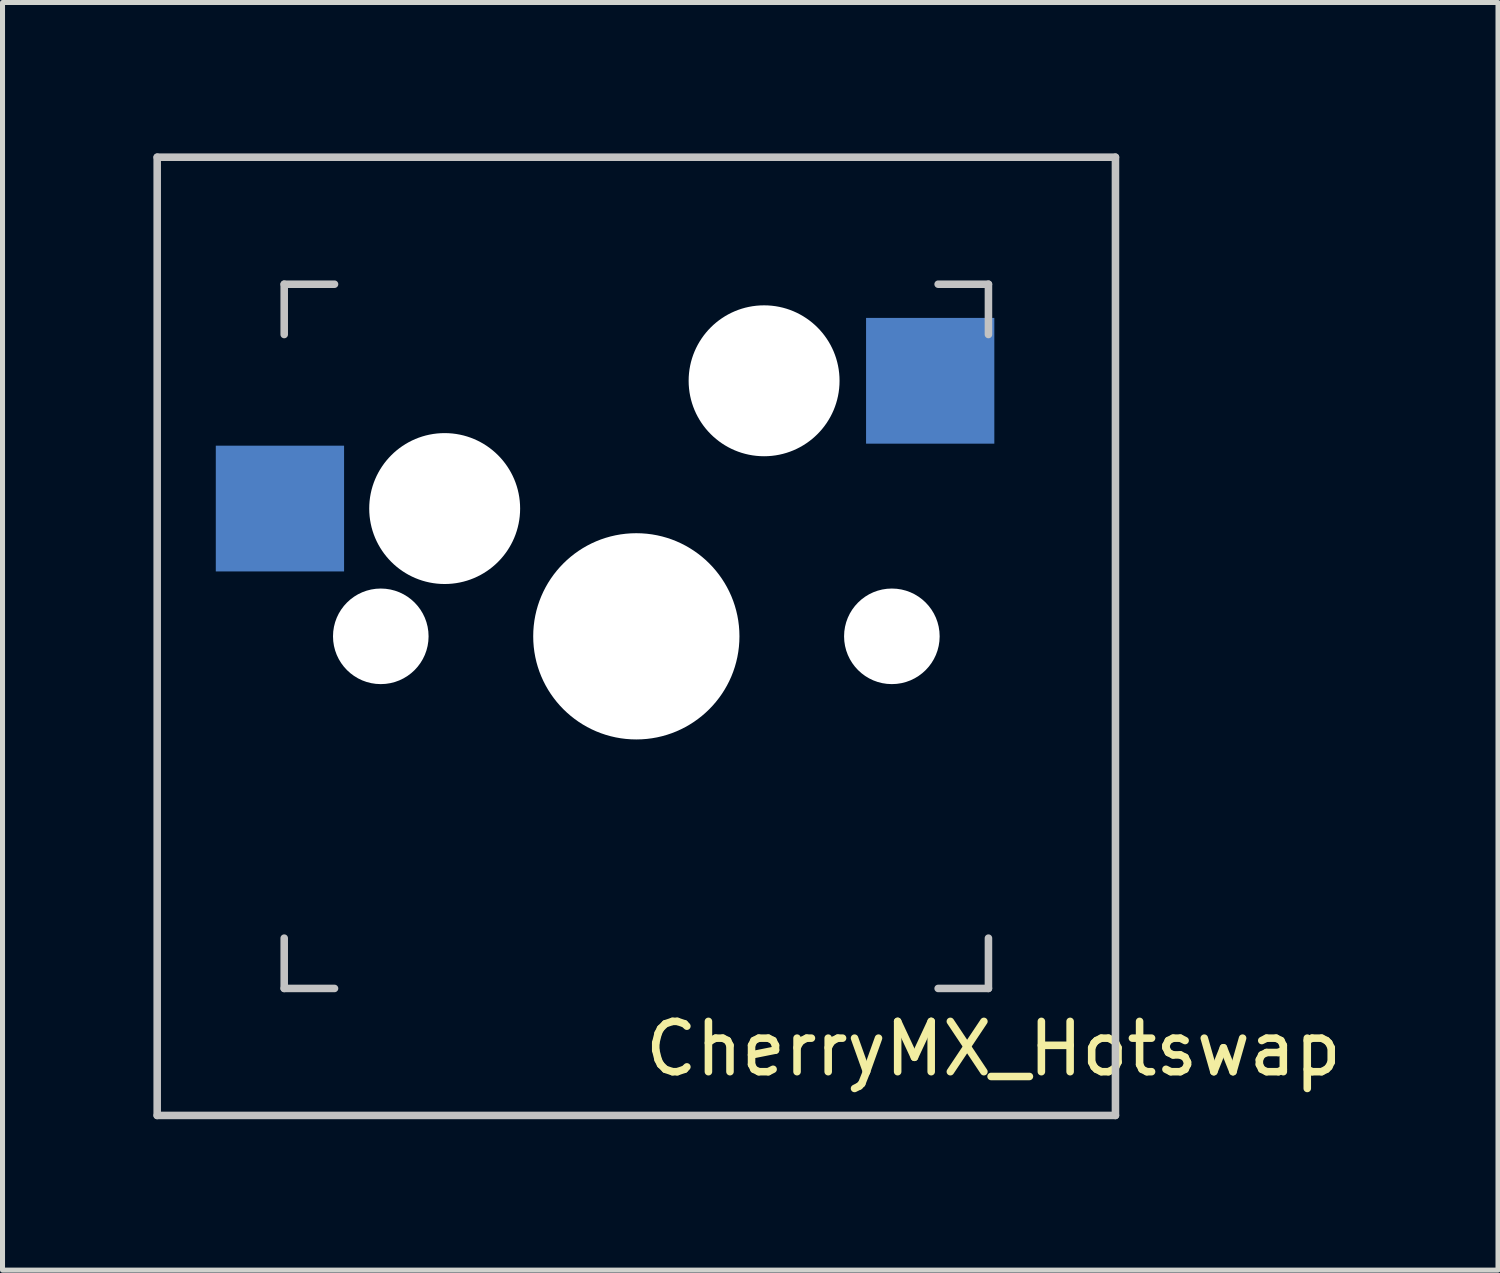
<source format=kicad_pcb>
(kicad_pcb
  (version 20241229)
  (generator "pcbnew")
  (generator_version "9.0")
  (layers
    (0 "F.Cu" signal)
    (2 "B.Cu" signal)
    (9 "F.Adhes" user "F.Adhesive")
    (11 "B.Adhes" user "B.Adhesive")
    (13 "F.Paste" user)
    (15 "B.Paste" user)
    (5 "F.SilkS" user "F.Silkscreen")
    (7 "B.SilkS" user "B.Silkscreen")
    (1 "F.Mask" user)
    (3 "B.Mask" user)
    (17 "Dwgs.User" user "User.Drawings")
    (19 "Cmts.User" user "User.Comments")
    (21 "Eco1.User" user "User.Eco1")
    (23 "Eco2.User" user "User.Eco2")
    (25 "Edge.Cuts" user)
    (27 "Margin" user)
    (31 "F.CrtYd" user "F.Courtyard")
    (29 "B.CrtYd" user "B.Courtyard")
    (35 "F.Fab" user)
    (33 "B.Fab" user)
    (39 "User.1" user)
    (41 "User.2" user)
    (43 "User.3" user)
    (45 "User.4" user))
  (footprint "CherryMX_Hotswap"
    (layer "F.Cu")
    (at 9.6 9.6)
    (property "Reference" "CherryMX_Hotswap" (at 7.1 8.2 0) (layer "F.SilkS") (effects (font (size 1 1) (thickness 0.15))))
    (attr through_hole)
    (fp_line (start -9.525 -9.525) (end 9.525 -9.525) (stroke (width 0.15) (type solid)) (layer "Dwgs.User"))
    (fp_line (start -9.525 9.525) (end -9.525 -9.525) (stroke (width 0.15) (type solid)) (layer "Dwgs.User"))
    (fp_line (start -7 -7) (end -6 -7) (stroke (width 0.15) (type solid)) (layer "Dwgs.User"))
    (fp_line (start -7 -6) (end -7 -7) (stroke (width 0.15) (type solid)) (layer "Dwgs.User"))
    (fp_line (start -7 6) (end -7 7) (stroke (width 0.15) (type solid)) (layer "Dwgs.User"))
    (fp_line (start -7 7) (end -6 7) (stroke (width 0.15) (type solid)) (layer "Dwgs.User"))
    (fp_line (start 6 7) (end 7 7) (stroke (width 0.15) (type solid)) (layer "Dwgs.User"))
    (fp_line (start 7 -7) (end 6 -7) (stroke (width 0.15) (type solid)) (layer "Dwgs.User"))
    (fp_line (start 7 -7) (end 7 -6) (stroke (width 0.15) (type solid)) (layer "Dwgs.User"))
    (fp_line (start 7 7) (end 7 6) (stroke (width 0.15) (type solid)) (layer "Dwgs.User"))
    (fp_line (start 9.525 -9.525) (end 9.525 9.525) (stroke (width 0.15) (type solid)) (layer "Dwgs.User"))
    (fp_line (start 9.525 9.525) (end -9.525 9.525) (stroke (width 0.15) (type solid)) (layer "Dwgs.User"))
    (pad "" np_thru_hole circle (at -5.08 0) (size 1.9 1.9) (drill 1.9) (layers "*.Cu" "*.Mask"))
    (pad "" np_thru_hole circle (at -3.81 -2.54) (size 3 3) (drill 3) (layers "*.Cu" "*.Mask"))
    (pad "" np_thru_hole circle (at 0 0 90) (size 4.1 4.1) (drill 4.1) (layers "*.Cu" "*.Mask"))
    (pad "" np_thru_hole circle (at 2.54 -5.08) (size 3 3) (drill 3) (layers "*.Cu" "*.Mask"))
    (pad "" np_thru_hole circle (at 5.08 0) (size 1.9 1.9) (drill 1.9) (layers "*.Cu" "*.Mask"))
    (pad "1" smd rect (at -7.085 -2.54 180) (size 2.55 2.5) (layers "B.Cu" "B.Mask" "B.Paste"))
    (pad "2" smd rect (at 5.842 -5.08 180) (size 2.55 2.5) (layers "B.Cu" "B.Mask" "B.Paste")))
  (gr_rect
    (start -3 -3)
    (end 26.73 22.2)
    (stroke (width 0.1) (type default))
    (fill no)
    (layer "Edge.Cuts")))
</source>
